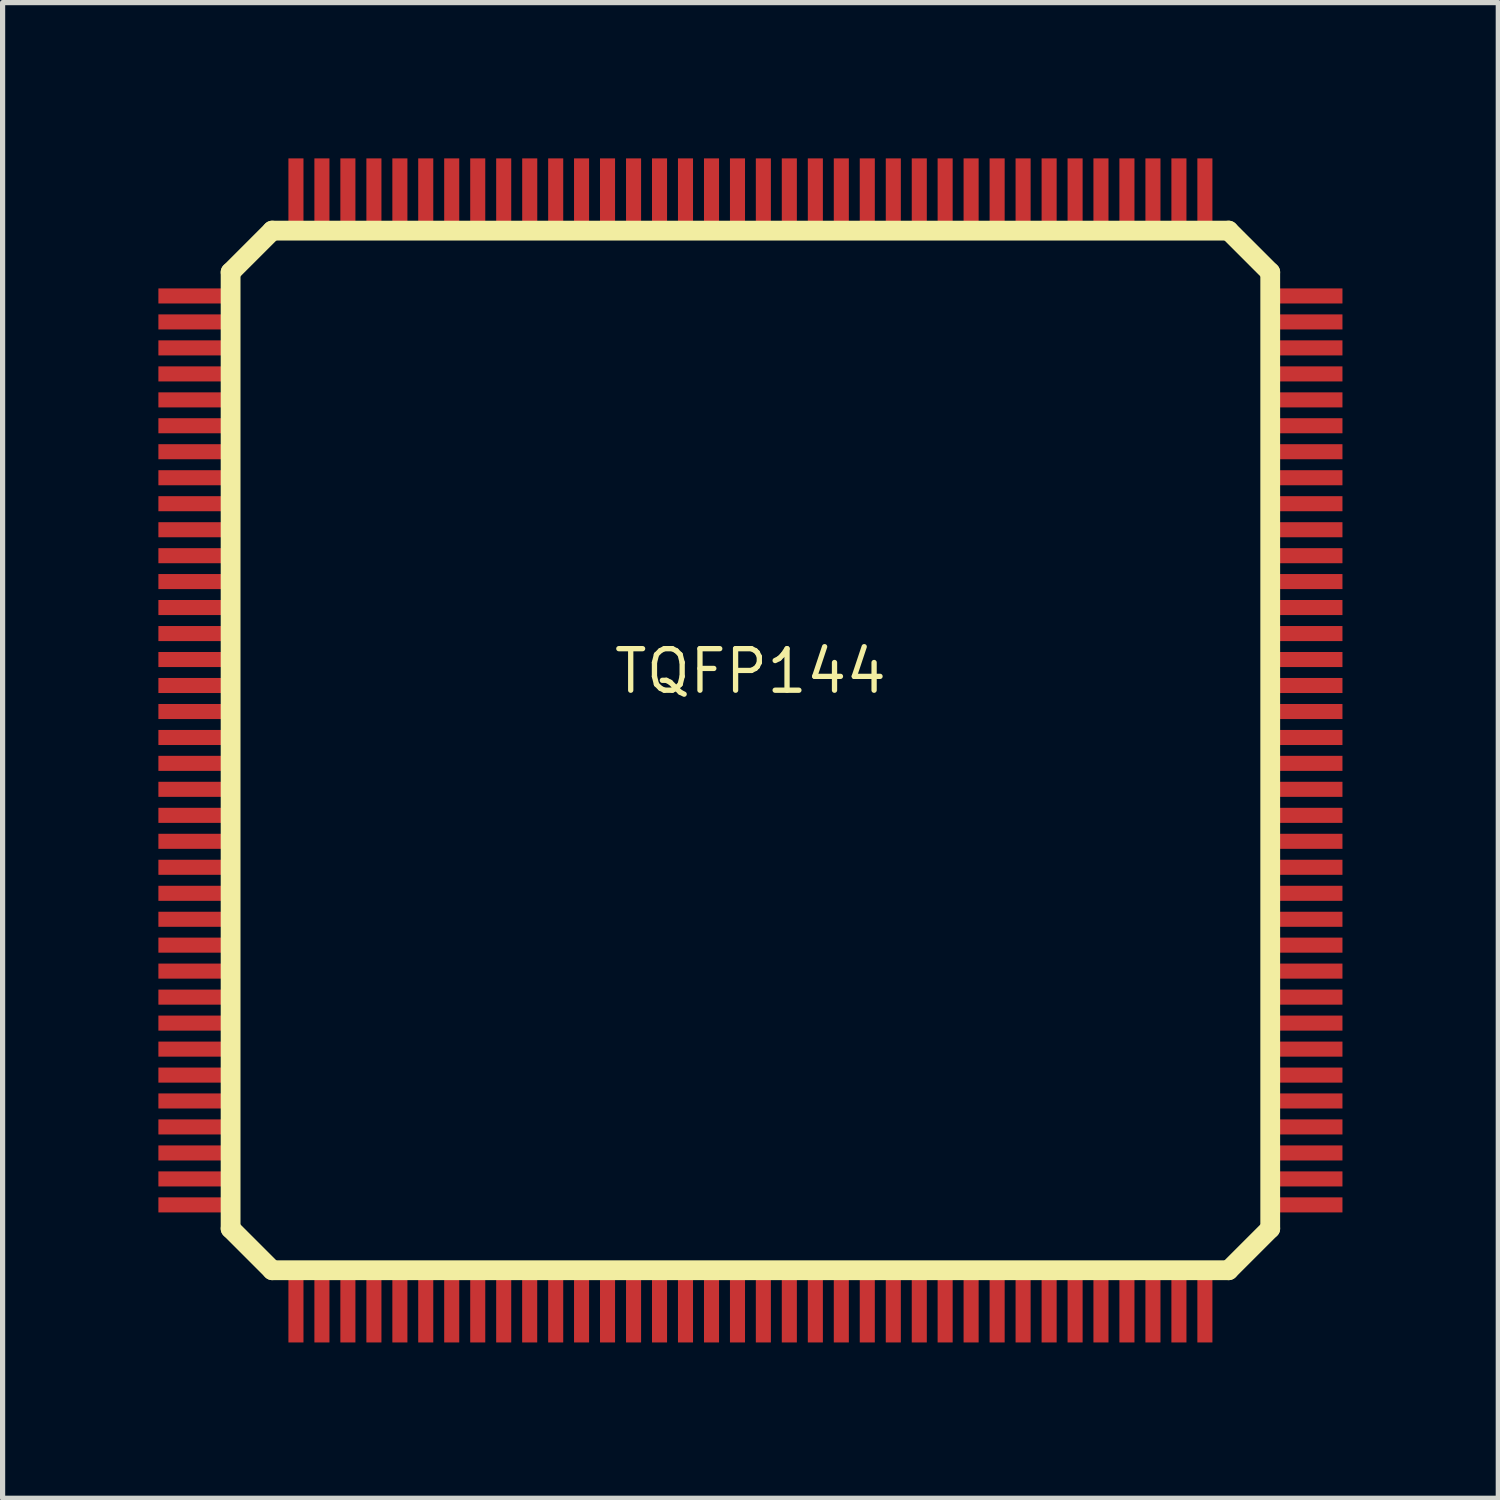
<source format=kicad_pcb>
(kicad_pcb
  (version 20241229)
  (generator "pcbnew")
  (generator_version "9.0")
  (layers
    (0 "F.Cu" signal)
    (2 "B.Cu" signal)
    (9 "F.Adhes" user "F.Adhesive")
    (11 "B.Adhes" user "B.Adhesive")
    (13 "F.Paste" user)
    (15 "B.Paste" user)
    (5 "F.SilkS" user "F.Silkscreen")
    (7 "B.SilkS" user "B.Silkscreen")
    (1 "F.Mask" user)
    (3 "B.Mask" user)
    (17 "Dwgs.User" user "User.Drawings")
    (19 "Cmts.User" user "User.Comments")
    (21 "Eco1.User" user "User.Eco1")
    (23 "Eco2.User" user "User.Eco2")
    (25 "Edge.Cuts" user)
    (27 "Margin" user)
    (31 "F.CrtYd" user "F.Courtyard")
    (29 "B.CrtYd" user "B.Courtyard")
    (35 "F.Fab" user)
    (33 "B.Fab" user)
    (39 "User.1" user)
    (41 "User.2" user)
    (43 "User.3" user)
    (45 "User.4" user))
  (footprint "TQFP144"
    (layer "F.Cu")
    (at 11.398 11.398)
    (property "Reference" "TQFP144" (at 0 -1.524 0) (layer "F.SilkS") (effects (font (size 0.8 0.8) (thickness 0.102))))
    (attr through_hole)
    (fp_line (start -10.008 -9.207) (end -10.008 9.207) (stroke (width 0.381) (type solid)) (layer "F.SilkS"))
    (fp_line (start -10.008 9.207) (end -9.207 10.008) (stroke (width 0.381) (type solid)) (layer "F.SilkS"))
    (fp_line (start -9.207 -10.008) (end -10.008 -9.207) (stroke (width 0.381) (type solid)) (layer "F.SilkS"))
    (fp_line (start -9.207 10.008) (end 9.207 10.008) (stroke (width 0.381) (type solid)) (layer "F.SilkS"))
    (fp_line (start 9.207 -10.008) (end -9.207 -10.008) (stroke (width 0.381) (type solid)) (layer "F.SilkS"))
    (fp_line (start 9.207 10.008) (end 10.008 9.207) (stroke (width 0.381) (type solid)) (layer "F.SilkS"))
    (fp_line (start 10.008 -9.207) (end 9.207 -10.008) (stroke (width 0.381) (type solid)) (layer "F.SilkS"))
    (fp_line (start 10.008 9.207) (end 10.008 -9.207) (stroke (width 0.381) (type solid)) (layer "F.SilkS"))
    (pad "1" smd rect (at -10.724 -8.75 90) (size 0.29 1.349) (layers "F.Cu" "F.Mask" "F.Paste"))
    (pad "2" smd rect (at -10.724 -8.25 90) (size 0.29 1.349) (layers "F.Cu" "F.Mask" "F.Paste"))
    (pad "3" smd rect (at -10.724 -7.75 90) (size 0.29 1.349) (layers "F.Cu" "F.Mask" "F.Paste"))
    (pad "4" smd rect (at -10.724 -7.249 90) (size 0.29 1.349) (layers "F.Cu" "F.Mask" "F.Paste"))
    (pad "5" smd rect (at -10.724 -6.749 90) (size 0.29 1.349) (layers "F.Cu" "F.Mask" "F.Paste"))
    (pad "6" smd rect (at -10.724 -6.251 90) (size 0.29 1.349) (layers "F.Cu" "F.Mask" "F.Paste"))
    (pad "7" smd rect (at -10.724 -5.751 90) (size 0.29 1.349) (layers "F.Cu" "F.Mask" "F.Paste"))
    (pad "8" smd rect (at -10.724 -5.25 90) (size 0.29 1.349) (layers "F.Cu" "F.Mask" "F.Paste"))
    (pad "9" smd rect (at -10.724 -4.75 90) (size 0.29 1.349) (layers "F.Cu" "F.Mask" "F.Paste"))
    (pad "10" smd rect (at -10.724 -4.249 90) (size 0.29 1.349) (layers "F.Cu" "F.Mask" "F.Paste"))
    (pad "11" smd rect (at -10.724 -3.749 90) (size 0.29 1.349) (layers "F.Cu" "F.Mask" "F.Paste"))
    (pad "12" smd rect (at -10.724 -3.251 90) (size 0.29 1.349) (layers "F.Cu" "F.Mask" "F.Paste"))
    (pad "13" smd rect (at -10.724 -2.751 90) (size 0.29 1.349) (layers "F.Cu" "F.Mask" "F.Paste"))
    (pad "14" smd rect (at -10.724 -2.25 90) (size 0.29 1.349) (layers "F.Cu" "F.Mask" "F.Paste"))
    (pad "15" smd rect (at -10.724 -1.75 90) (size 0.29 1.349) (layers "F.Cu" "F.Mask" "F.Paste"))
    (pad "16" smd rect (at -10.724 -1.25 90) (size 0.29 1.349) (layers "F.Cu" "F.Mask" "F.Paste"))
    (pad "17" smd rect (at -10.724 -0.749 90) (size 0.29 1.349) (layers "F.Cu" "F.Mask" "F.Paste"))
    (pad "18" smd rect (at -10.724 -0.249 90) (size 0.29 1.349) (layers "F.Cu" "F.Mask" "F.Paste"))
    (pad "19" smd rect (at -10.724 0.249 90) (size 0.29 1.349) (layers "F.Cu" "F.Mask" "F.Paste"))
    (pad "20" smd rect (at -10.724 0.749 90) (size 0.29 1.349) (layers "F.Cu" "F.Mask" "F.Paste"))
    (pad "21" smd rect (at -10.724 1.25 90) (size 0.29 1.349) (layers "F.Cu" "F.Mask" "F.Paste"))
    (pad "22" smd rect (at -10.724 1.75 90) (size 0.29 1.349) (layers "F.Cu" "F.Mask" "F.Paste"))
    (pad "23" smd rect (at -10.724 2.25 90) (size 0.29 1.349) (layers "F.Cu" "F.Mask" "F.Paste"))
    (pad "24" smd rect (at -10.724 2.751 90) (size 0.29 1.349) (layers "F.Cu" "F.Mask" "F.Paste"))
    (pad "25" smd rect (at -10.724 3.251 90) (size 0.29 1.349) (layers "F.Cu" "F.Mask" "F.Paste"))
    (pad "26" smd rect (at -10.724 3.749 90) (size 0.29 1.349) (layers "F.Cu" "F.Mask" "F.Paste"))
    (pad "27" smd rect (at -10.724 4.249 90) (size 0.29 1.349) (layers "F.Cu" "F.Mask" "F.Paste"))
    (pad "28" smd rect (at -10.724 4.75 90) (size 0.29 1.349) (layers "F.Cu" "F.Mask" "F.Paste"))
    (pad "29" smd rect (at -10.724 5.25 90) (size 0.29 1.349) (layers "F.Cu" "F.Mask" "F.Paste"))
    (pad "30" smd rect (at -10.724 5.751 90) (size 0.29 1.349) (layers "F.Cu" "F.Mask" "F.Paste"))
    (pad "31" smd rect (at -10.724 6.251 90) (size 0.29 1.349) (layers "F.Cu" "F.Mask" "F.Paste"))
    (pad "32" smd rect (at -10.724 6.749 90) (size 0.29 1.349) (layers "F.Cu" "F.Mask" "F.Paste"))
    (pad "33" smd rect (at -10.724 7.249 90) (size 0.29 1.349) (layers "F.Cu" "F.Mask" "F.Paste"))
    (pad "34" smd rect (at -10.724 7.75 90) (size 0.29 1.349) (layers "F.Cu" "F.Mask" "F.Paste"))
    (pad "35" smd rect (at -10.724 8.25 90) (size 0.29 1.349) (layers "F.Cu" "F.Mask" "F.Paste"))
    (pad "36" smd rect (at -10.724 8.75 90) (size 0.29 1.349) (layers "F.Cu" "F.Mask" "F.Paste"))
    (pad "37" smd rect (at -8.75 10.724) (size 0.29 1.349) (layers "F.Cu" "F.Mask" "F.Paste"))
    (pad "38" smd rect (at -8.25 10.724) (size 0.29 1.349) (layers "F.Cu" "F.Mask" "F.Paste"))
    (pad "39" smd rect (at -7.75 10.724) (size 0.29 1.349) (layers "F.Cu" "F.Mask" "F.Paste"))
    (pad "40" smd rect (at -7.249 10.724) (size 0.29 1.349) (layers "F.Cu" "F.Mask" "F.Paste"))
    (pad "41" smd rect (at -6.749 10.724) (size 0.29 1.349) (layers "F.Cu" "F.Mask" "F.Paste"))
    (pad "42" smd rect (at -6.251 10.724) (size 0.29 1.349) (layers "F.Cu" "F.Mask" "F.Paste"))
    (pad "43" smd rect (at -5.751 10.724) (size 0.29 1.349) (layers "F.Cu" "F.Mask" "F.Paste"))
    (pad "44" smd rect (at -5.25 10.724) (size 0.29 1.349) (layers "F.Cu" "F.Mask" "F.Paste"))
    (pad "45" smd rect (at -4.75 10.724) (size 0.29 1.349) (layers "F.Cu" "F.Mask" "F.Paste"))
    (pad "46" smd rect (at -4.25 10.724) (size 0.29 1.349) (layers "F.Cu" "F.Mask" "F.Paste"))
    (pad "47" smd rect (at -3.749 10.724) (size 0.29 1.349) (layers "F.Cu" "F.Mask" "F.Paste"))
    (pad "48" smd rect (at -3.251 10.724) (size 0.29 1.349) (layers "F.Cu" "F.Mask" "F.Paste"))
    (pad "49" smd rect (at -2.751 10.724) (size 0.29 1.349) (layers "F.Cu" "F.Mask" "F.Paste"))
    (pad "50" smd rect (at -2.25 10.724) (size 0.29 1.349) (layers "F.Cu" "F.Mask" "F.Paste"))
    (pad "51" smd rect (at -1.75 10.724) (size 0.29 1.349) (layers "F.Cu" "F.Mask" "F.Paste"))
    (pad "52" smd rect (at -1.25 10.724) (size 0.29 1.349) (layers "F.Cu" "F.Mask" "F.Paste"))
    (pad "53" smd rect (at -0.749 10.724) (size 0.29 1.349) (layers "F.Cu" "F.Mask" "F.Paste"))
    (pad "54" smd rect (at -0.249 10.724) (size 0.29 1.349) (layers "F.Cu" "F.Mask" "F.Paste"))
    (pad "55" smd rect (at 0.249 10.724) (size 0.29 1.349) (layers "F.Cu" "F.Mask" "F.Paste"))
    (pad "56" smd rect (at 0.749 10.724) (size 0.29 1.349) (layers "F.Cu" "F.Mask" "F.Paste"))
    (pad "57" smd rect (at 1.25 10.724) (size 0.29 1.349) (layers "F.Cu" "F.Mask" "F.Paste"))
    (pad "58" smd rect (at 1.75 10.724) (size 0.29 1.349) (layers "F.Cu" "F.Mask" "F.Paste"))
    (pad "59" smd rect (at 2.25 10.724) (size 0.29 1.349) (layers "F.Cu" "F.Mask" "F.Paste"))
    (pad "60" smd rect (at 2.751 10.724) (size 0.29 1.349) (layers "F.Cu" "F.Mask" "F.Paste"))
    (pad "61" smd rect (at 3.251 10.724) (size 0.29 1.349) (layers "F.Cu" "F.Mask" "F.Paste"))
    (pad "62" smd rect (at 3.749 10.724) (size 0.29 1.349) (layers "F.Cu" "F.Mask" "F.Paste"))
    (pad "63" smd rect (at 4.249 10.724) (size 0.29 1.349) (layers "F.Cu" "F.Mask" "F.Paste"))
    (pad "64" smd rect (at 4.75 10.724) (size 0.29 1.349) (layers "F.Cu" "F.Mask" "F.Paste"))
    (pad "65" smd rect (at 5.25 10.724) (size 0.29 1.349) (layers "F.Cu" "F.Mask" "F.Paste"))
    (pad "66" smd rect (at 5.751 10.724) (size 0.29 1.349) (layers "F.Cu" "F.Mask" "F.Paste"))
    (pad "67" smd rect (at 6.251 10.724) (size 0.29 1.349) (layers "F.Cu" "F.Mask" "F.Paste"))
    (pad "68" smd rect (at 6.749 10.724) (size 0.29 1.349) (layers "F.Cu" "F.Mask" "F.Paste"))
    (pad "69" smd rect (at 7.249 10.724) (size 0.29 1.349) (layers "F.Cu" "F.Mask" "F.Paste"))
    (pad "70" smd rect (at 7.75 10.724) (size 0.29 1.349) (layers "F.Cu" "F.Mask" "F.Paste"))
    (pad "71" smd rect (at 8.25 10.724) (size 0.29 1.349) (layers "F.Cu" "F.Mask" "F.Paste"))
    (pad "72" smd rect (at 8.75 10.724) (size 0.29 1.349) (layers "F.Cu" "F.Mask" "F.Paste"))
    (pad "73" smd rect (at 10.724 8.75 270) (size 0.29 1.349) (layers "F.Cu" "F.Mask" "F.Paste"))
    (pad "74" smd rect (at 10.724 8.25 270) (size 0.29 1.349) (layers "F.Cu" "F.Mask" "F.Paste"))
    (pad "75" smd rect (at 10.724 7.75 270) (size 0.29 1.349) (layers "F.Cu" "F.Mask" "F.Paste"))
    (pad "76" smd rect (at 10.724 7.249 270) (size 0.29 1.349) (layers "F.Cu" "F.Mask" "F.Paste"))
    (pad "77" smd rect (at 10.724 6.749 270) (size 0.29 1.349) (layers "F.Cu" "F.Mask" "F.Paste"))
    (pad "78" smd rect (at 10.724 6.251 270) (size 0.29 1.349) (layers "F.Cu" "F.Mask" "F.Paste"))
    (pad "79" smd rect (at 10.724 5.751 270) (size 0.29 1.349) (layers "F.Cu" "F.Mask" "F.Paste"))
    (pad "80" smd rect (at 10.724 5.25 270) (size 0.29 1.349) (layers "F.Cu" "F.Mask" "F.Paste"))
    (pad "81" smd rect (at 10.724 4.75 270) (size 0.29 1.349) (layers "F.Cu" "F.Mask" "F.Paste"))
    (pad "82" smd rect (at 10.724 4.249 270) (size 0.29 1.349) (layers "F.Cu" "F.Mask" "F.Paste"))
    (pad "83" smd rect (at 10.724 3.749 270) (size 0.29 1.349) (layers "F.Cu" "F.Mask" "F.Paste"))
    (pad "84" smd rect (at 10.724 3.251 270) (size 0.29 1.349) (layers "F.Cu" "F.Mask" "F.Paste"))
    (pad "85" smd rect (at 10.724 2.751 270) (size 0.29 1.349) (layers "F.Cu" "F.Mask" "F.Paste"))
    (pad "86" smd rect (at 10.724 2.25 270) (size 0.29 1.349) (layers "F.Cu" "F.Mask" "F.Paste"))
    (pad "87" smd rect (at 10.724 1.75 270) (size 0.29 1.349) (layers "F.Cu" "F.Mask" "F.Paste"))
    (pad "88" smd rect (at 10.724 1.25 270) (size 0.29 1.349) (layers "F.Cu" "F.Mask" "F.Paste"))
    (pad "89" smd rect (at 10.724 0.749 270) (size 0.29 1.349) (layers "F.Cu" "F.Mask" "F.Paste"))
    (pad "90" smd rect (at 10.724 0.249 270) (size 0.29 1.349) (layers "F.Cu" "F.Mask" "F.Paste"))
    (pad "91" smd rect (at 10.724 -0.249 270) (size 0.29 1.349) (layers "F.Cu" "F.Mask" "F.Paste"))
    (pad "92" smd rect (at 10.724 -0.749 270) (size 0.29 1.349) (layers "F.Cu" "F.Mask" "F.Paste"))
    (pad "93" smd rect (at 10.724 -1.25 270) (size 0.29 1.349) (layers "F.Cu" "F.Mask" "F.Paste"))
    (pad "94" smd rect (at 10.724 -1.75 270) (size 0.29 1.349) (layers "F.Cu" "F.Mask" "F.Paste"))
    (pad "95" smd rect (at 10.724 -2.25 270) (size 0.29 1.349) (layers "F.Cu" "F.Mask" "F.Paste"))
    (pad "96" smd rect (at 10.724 -2.751 270) (size 0.29 1.349) (layers "F.Cu" "F.Mask" "F.Paste"))
    (pad "97" smd rect (at 10.724 -3.251 270) (size 0.29 1.349) (layers "F.Cu" "F.Mask" "F.Paste"))
    (pad "98" smd rect (at 10.724 -3.749 270) (size 0.29 1.349) (layers "F.Cu" "F.Mask" "F.Paste"))
    (pad "99" smd rect (at 10.724 -4.249 270) (size 0.29 1.349) (layers "F.Cu" "F.Mask" "F.Paste"))
    (pad "100" smd rect (at 10.724 -4.75 270) (size 0.29 1.349) (layers "F.Cu" "F.Mask" "F.Paste"))
    (pad "101" smd rect (at 10.724 -5.25 270) (size 0.29 1.349) (layers "F.Cu" "F.Mask" "F.Paste"))
    (pad "102" smd rect (at 10.724 -5.751 270) (size 0.29 1.349) (layers "F.Cu" "F.Mask" "F.Paste"))
    (pad "103" smd rect (at 10.724 -6.251 270) (size 0.29 1.349) (layers "F.Cu" "F.Mask" "F.Paste"))
    (pad "104" smd rect (at 10.724 -6.749 270) (size 0.29 1.349) (layers "F.Cu" "F.Mask" "F.Paste"))
    (pad "105" smd rect (at 10.724 -7.249 270) (size 0.29 1.349) (layers "F.Cu" "F.Mask" "F.Paste"))
    (pad "106" smd rect (at 10.724 -7.75 270) (size 0.29 1.349) (layers "F.Cu" "F.Mask" "F.Paste"))
    (pad "107" smd rect (at 10.724 -8.25 270) (size 0.29 1.349) (layers "F.Cu" "F.Mask" "F.Paste"))
    (pad "108" smd rect (at 10.724 -8.75 270) (size 0.29 1.349) (layers "F.Cu" "F.Mask" "F.Paste"))
    (pad "109" smd rect (at 8.75 -10.724 180) (size 0.29 1.349) (layers "F.Cu" "F.Mask" "F.Paste"))
    (pad "110" smd rect (at 8.25 -10.724 180) (size 0.29 1.349) (layers "F.Cu" "F.Mask" "F.Paste"))
    (pad "111" smd rect (at 7.75 -10.724 180) (size 0.29 1.349) (layers "F.Cu" "F.Mask" "F.Paste"))
    (pad "112" smd rect (at 7.249 -10.724 180) (size 0.29 1.349) (layers "F.Cu" "F.Mask" "F.Paste"))
    (pad "113" smd rect (at 6.749 -10.724 180) (size 0.29 1.349) (layers "F.Cu" "F.Mask" "F.Paste"))
    (pad "114" smd rect (at 6.251 -10.724 180) (size 0.29 1.349) (layers "F.Cu" "F.Mask" "F.Paste"))
    (pad "115" smd rect (at 5.751 -10.724 180) (size 0.29 1.349) (layers "F.Cu" "F.Mask" "F.Paste"))
    (pad "116" smd rect (at 5.25 -10.724 180) (size 0.29 1.349) (layers "F.Cu" "F.Mask" "F.Paste"))
    (pad "117" smd rect (at 4.75 -10.724 180) (size 0.29 1.349) (layers "F.Cu" "F.Mask" "F.Paste"))
    (pad "118" smd rect (at 4.249 -10.724 180) (size 0.29 1.349) (layers "F.Cu" "F.Mask" "F.Paste"))
    (pad "119" smd rect (at 3.749 -10.724 180) (size 0.29 1.349) (layers "F.Cu" "F.Mask" "F.Paste"))
    (pad "120" smd rect (at 3.251 -10.724 180) (size 0.29 1.349) (layers "F.Cu" "F.Mask" "F.Paste"))
    (pad "121" smd rect (at 2.751 -10.724 180) (size 0.29 1.349) (layers "F.Cu" "F.Mask" "F.Paste"))
    (pad "122" smd rect (at 2.25 -10.724 180) (size 0.29 1.349) (layers "F.Cu" "F.Mask" "F.Paste"))
    (pad "123" smd rect (at 1.75 -10.724 180) (size 0.29 1.349) (layers "F.Cu" "F.Mask" "F.Paste"))
    (pad "124" smd rect (at 1.25 -10.724 180) (size 0.29 1.349) (layers "F.Cu" "F.Mask" "F.Paste"))
    (pad "125" smd rect (at 0.749 -10.724 180) (size 0.29 1.349) (layers "F.Cu" "F.Mask" "F.Paste"))
    (pad "126" smd rect (at 0.249 -10.724 180) (size 0.29 1.349) (layers "F.Cu" "F.Mask" "F.Paste"))
    (pad "127" smd rect (at -0.249 -10.724 180) (size 0.29 1.349) (layers "F.Cu" "F.Mask" "F.Paste"))
    (pad "128" smd rect (at -0.749 -10.724 180) (size 0.29 1.349) (layers "F.Cu" "F.Mask" "F.Paste"))
    (pad "129" smd rect (at -1.25 -10.724 180) (size 0.29 1.349) (layers "F.Cu" "F.Mask" "F.Paste"))
    (pad "130" smd rect (at -1.75 -10.724 180) (size 0.29 1.349) (layers "F.Cu" "F.Mask" "F.Paste"))
    (pad "131" smd rect (at -2.25 -10.724 180) (size 0.29 1.349) (layers "F.Cu" "F.Mask" "F.Paste"))
    (pad "132" smd rect (at -2.751 -10.724 180) (size 0.29 1.349) (layers "F.Cu" "F.Mask" "F.Paste"))
    (pad "133" smd rect (at -3.251 -10.724 180) (size 0.29 1.349) (layers "F.Cu" "F.Mask" "F.Paste"))
    (pad "134" smd rect (at -3.749 -10.724 180) (size 0.29 1.349) (layers "F.Cu" "F.Mask" "F.Paste"))
    (pad "135" smd rect (at -4.249 -10.724 180) (size 0.29 1.349) (layers "F.Cu" "F.Mask" "F.Paste"))
    (pad "136" smd rect (at -4.75 -10.724 180) (size 0.29 1.349) (layers "F.Cu" "F.Mask" "F.Paste"))
    (pad "137" smd rect (at -5.25 -10.724 180) (size 0.29 1.349) (layers "F.Cu" "F.Mask" "F.Paste"))
    (pad "138" smd rect (at -5.751 -10.724 180) (size 0.29 1.349) (layers "F.Cu" "F.Mask" "F.Paste"))
    (pad "139" smd rect (at -6.251 -10.724 180) (size 0.29 1.349) (layers "F.Cu" "F.Mask" "F.Paste"))
    (pad "140" smd rect (at -6.749 -10.724 180) (size 0.29 1.349) (layers "F.Cu" "F.Mask" "F.Paste"))
    (pad "141" smd rect (at -7.249 -10.724 180) (size 0.29 1.349) (layers "F.Cu" "F.Mask" "F.Paste"))
    (pad "142" smd rect (at -7.75 -10.724 180) (size 0.29 1.349) (layers "F.Cu" "F.Mask" "F.Paste"))
    (pad "143" smd rect (at -8.25 -10.724 180) (size 0.29 1.349) (layers "F.Cu" "F.Mask" "F.Paste"))
    (pad "144" smd rect (at -8.75 -10.724 180) (size 0.29 1.349) (layers "F.Cu" "F.Mask" "F.Paste")))
  (gr_rect
    (start -3 -3)
    (end 25.797 25.797)
    (stroke (width 0.1) (type default))
    (fill no)
    (layer "Edge.Cuts")))
</source>
